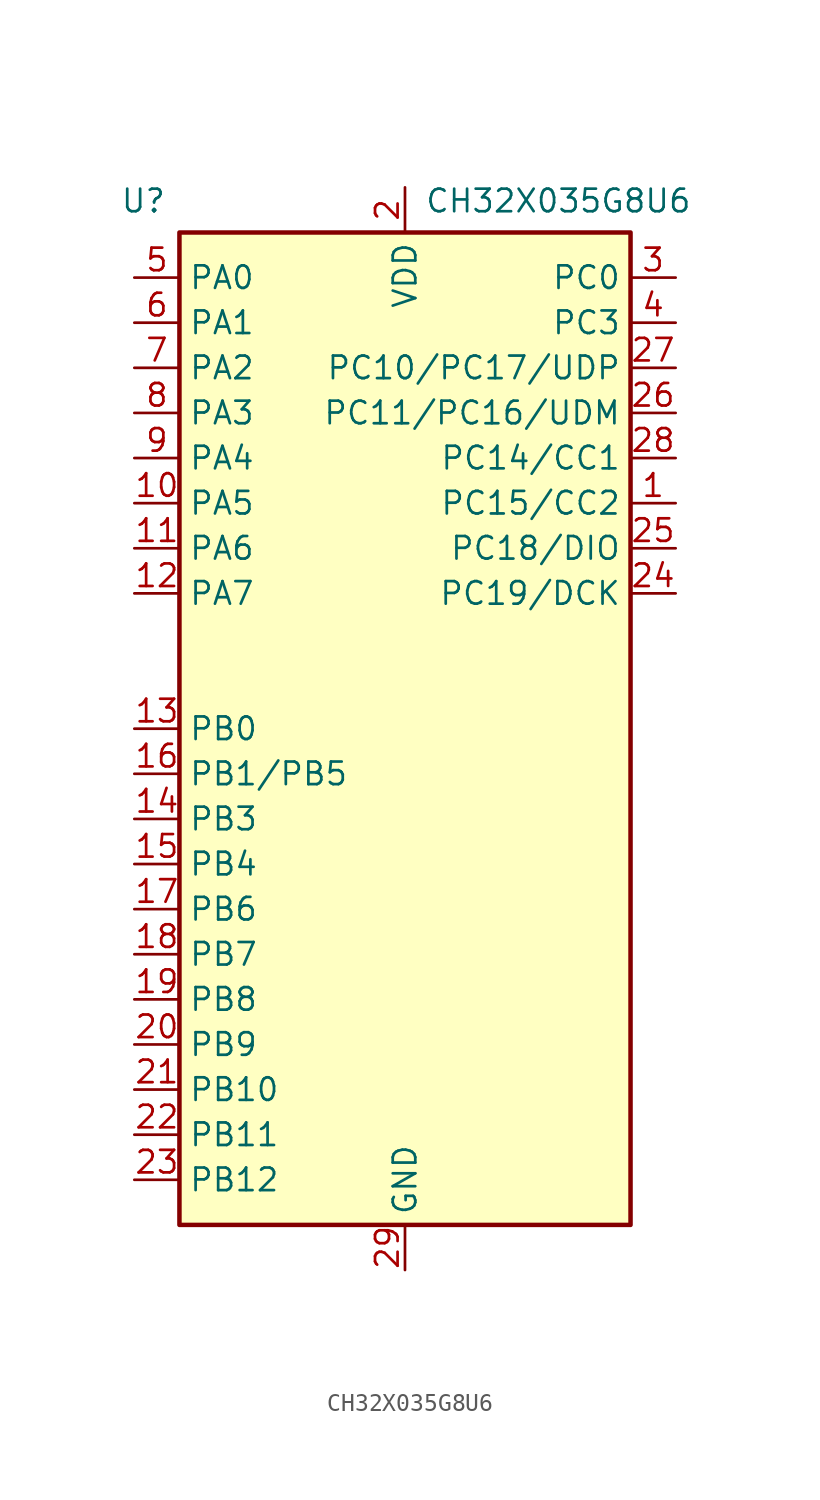
<source format=kicad_sym>
(kicad_symbol_lib
  (version 20241209)
  (generator "kicad_symbol_editor")
  (generator_version "9.0")
  (symbol "CH32X035G8U6"
    (property "Reference" "U"
      (at -14.732 29.718 0)
      (effects (font (size 1.27 1.27))))
    (property "Value" "CH32X035G8U6"
      (at 8.636 29.718 0)
      (effects (font (size 1.27 1.27))))
    (symbol "CH32X035G8U6_0_0"
      (pin bidirectional line (at -15.24 25.4 0) (length 2.54) (name "PA0" (effects (font (size 1.27 1.27)))) (number "5" (effects (font (size 1.27 1.27)))))
      (pin bidirectional line (at -15.24 22.86 0) (length 2.54) (name "PA1" (effects (font (size 1.27 1.27)))) (number "6" (effects (font (size 1.27 1.27)))))
      (pin bidirectional line (at -15.24 20.32 0) (length 2.54) (name "PA2" (effects (font (size 1.27 1.27)))) (number "7" (effects (font (size 1.27 1.27)))))
      (pin bidirectional line (at -15.24 17.78 0) (length 2.54) (name "PA3" (effects (font (size 1.27 1.27)))) (number "8" (effects (font (size 1.27 1.27)))))
      (pin bidirectional line (at -15.24 15.24 0) (length 2.54) (name "PA4" (effects (font (size 1.27 1.27)))) (number "9" (effects (font (size 1.27 1.27)))))
      (pin bidirectional line (at -15.24 12.7 0) (length 2.54) (name "PA5" (effects (font (size 1.27 1.27)))) (number "10" (effects (font (size 1.27 1.27)))))
      (pin bidirectional line (at -15.24 10.16 0) (length 2.54) (name "PA6" (effects (font (size 1.27 1.27)))) (number "11" (effects (font (size 1.27 1.27)))))
      (pin bidirectional line (at -15.24 7.62 0) (length 2.54) (name "PA7" (effects (font (size 1.27 1.27)))) (number "12" (effects (font (size 1.27 1.27)))))
      (pin bidirectional line (at -15.24 0 0) (length 2.54) (name "PB0" (effects (font (size 1.27 1.27)))) (number "13" (effects (font (size 1.27 1.27)))))
      (pin bidirectional line (at -15.24 -5.08 0) (length 2.54) (name "PB3" (effects (font (size 1.27 1.27)))) (number "14" (effects (font (size 1.27 1.27)))))
      (pin bidirectional line (at -15.24 -7.62 0) (length 2.54) (name "PB4" (effects (font (size 1.27 1.27)))) (number "15" (effects (font (size 1.27 1.27)))))
      (pin bidirectional line (at -15.24 -10.16 0) (length 2.54) (name "PB6" (effects (font (size 1.27 1.27)))) (number "17" (effects (font (size 1.27 1.27)))))
      (pin bidirectional line (at -15.24 -12.7 0) (length 2.54) (name "PB7" (effects (font (size 1.27 1.27)))) (number "18" (effects (font (size 1.27 1.27)))))
      (pin bidirectional line (at -15.24 -15.24 0) (length 2.54) (name "PB8" (effects (font (size 1.27 1.27)))) (number "19" (effects (font (size 1.27 1.27)))))
      (pin bidirectional line (at -15.24 -17.78 0) (length 2.54) (name "PB9" (effects (font (size 1.27 1.27)))) (number "20" (effects (font (size 1.27 1.27)))))
      (pin bidirectional line (at -15.24 -20.32 0) (length 2.54) (name "PB10" (effects (font (size 1.27 1.27)))) (number "21" (effects (font (size 1.27 1.27)))))
      (pin bidirectional line (at -15.24 -22.86 0) (length 2.54) (name "PB11" (effects (font (size 1.27 1.27)))) (number "22" (effects (font (size 1.27 1.27)))))
      (pin bidirectional line (at -15.24 -25.4 0) (length 2.54) (name "PB12" (effects (font (size 1.27 1.27)))) (number "23" (effects (font (size 1.27 1.27)))))
      (pin power_in line (at 0 30.48 270) (length 2.54) (name "VDD" (effects (font (size 1.27 1.27)))) (number "2" (effects (font (size 1.27 1.27)))))
      (pin power_in line (at 0 -30.48 90) (length 2.54) (name "GND" (effects (font (size 1.27 1.27)))) (number "29" (effects (font (size 1.27 1.27)))))
      (pin bidirectional line (at 15.24 25.4 180) (length 2.54) (name "PC0" (effects (font (size 1.27 1.27)))) (number "3" (effects (font (size 1.27 1.27)))))
      (pin bidirectional line (at 15.24 22.86 180) (length 2.54) (name "PC3" (effects (font (size 1.27 1.27)))) (number "4" (effects (font (size 1.27 1.27)))))
      (pin bidirectional line (at 15.24 20.32 180) (length 2.54) (name "PC10/PC17/UDP" (effects (font (size 1.27 1.27)))) (number "27" (effects (font (size 1.27 1.27)))))
      (pin bidirectional line (at 15.24 17.78 180) (length 2.54) (name "PC11/PC16/UDM" (effects (font (size 1.27 1.27)))) (number "26" (effects (font (size 1.27 1.27)))))
      (pin bidirectional line (at 15.24 15.24 180) (length 2.54) (name "PC14/CC1" (effects (font (size 1.27 1.27)))) (number "28" (effects (font (size 1.27 1.27)))))
      (pin bidirectional line (at 15.24 12.7 180) (length 2.54) (name "PC15/CC2" (effects (font (size 1.27 1.27)))) (number "1" (effects (font (size 1.27 1.27)))))
      (pin bidirectional line (at 15.24 10.16 180) (length 2.54) (name "PC18/DIO" (effects (font (size 1.27 1.27)))) (number "25" (effects (font (size 1.27 1.27)))))
      (pin bidirectional line (at 15.24 7.62 180) (length 2.54) (name "PC19/DCK" (effects (font (size 1.27 1.27)))) (number "24" (effects (font (size 1.27 1.27))))))
    (symbol "CH32X035G8U6_1_0"
      (pin bidirectional line (at -15.24 -2.54 0) (length 2.54) (name "PB1/PB5" (effects (font (size 1.27 1.27)))) (number "16" (effects (font (size 1.27 1.27))))))
    (symbol "CH32X035G8U6_1_1"
      (rectangle (start -12.7 27.94) (end 12.7 -27.94) (stroke (width 0.254) (type default)) (fill (type background))))))
</source>
